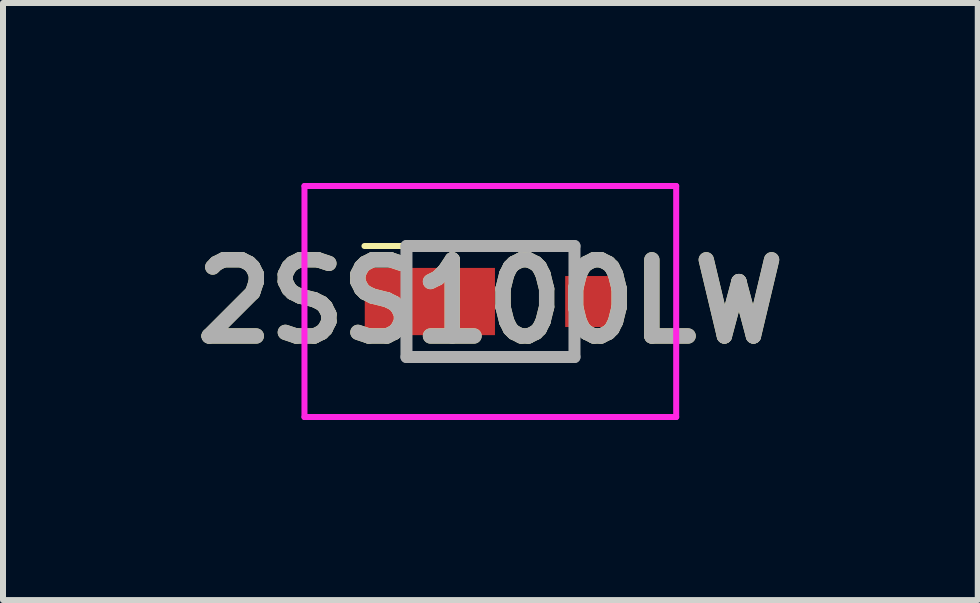
<source format=kicad_pcb>
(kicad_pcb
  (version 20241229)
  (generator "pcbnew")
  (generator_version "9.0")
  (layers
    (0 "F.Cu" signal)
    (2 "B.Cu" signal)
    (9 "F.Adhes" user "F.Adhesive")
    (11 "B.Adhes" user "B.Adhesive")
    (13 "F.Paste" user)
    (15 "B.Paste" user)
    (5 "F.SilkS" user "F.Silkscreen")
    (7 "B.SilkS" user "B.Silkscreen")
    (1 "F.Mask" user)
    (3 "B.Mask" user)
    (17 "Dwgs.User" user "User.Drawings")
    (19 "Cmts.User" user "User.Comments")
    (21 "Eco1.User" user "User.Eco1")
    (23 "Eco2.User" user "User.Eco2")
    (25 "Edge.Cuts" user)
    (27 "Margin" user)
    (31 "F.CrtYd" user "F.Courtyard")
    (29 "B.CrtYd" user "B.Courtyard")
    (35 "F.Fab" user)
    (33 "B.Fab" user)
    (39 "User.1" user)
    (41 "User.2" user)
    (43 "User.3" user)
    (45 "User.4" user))
  (footprint "2SS100LW"
    (layer "F.Cu")
    (at 5.124 1.975)
    (property "Reference" "2SS100LW" (at -0.002 0 0) (layer "F.SilkS") (effects (font (size 1.27 1.27) (thickness 0.254))))
    (attr smd)
    (fp_line (start -2.1 -0.925) (end 1.4 -0.925) (stroke (width 0.1) (type solid)) (layer "F.SilkS"))
    (fp_line (start -1.4 0.925) (end 1.4 0.925) (stroke (width 0.1) (type solid)) (layer "F.SilkS"))
    (fp_line (start -3.1 -1.925) (end 3.095 -1.925) (stroke (width 0.1) (type solid)) (layer "F.CrtYd"))
    (fp_line (start -3.1 1.925) (end -3.1 -1.925) (stroke (width 0.1) (type solid)) (layer "F.CrtYd"))
    (fp_line (start 3.095 -1.925) (end 3.095 1.925) (stroke (width 0.1) (type solid)) (layer "F.CrtYd"))
    (fp_line (start 3.095 1.925) (end -3.1 1.925) (stroke (width 0.1) (type solid)) (layer "F.CrtYd"))
    (fp_line (start -1.4 -0.925) (end 1.4 -0.925) (stroke (width 0.2) (type solid)) (layer "F.Fab"))
    (fp_line (start -1.4 0.925) (end -1.4 -0.925) (stroke (width 0.2) (type solid)) (layer "F.Fab"))
    (fp_line (start 1.4 -0.925) (end 1.4 0.925) (stroke (width 0.2) (type solid)) (layer "F.Fab"))
    (fp_line (start 1.4 0.925) (end -1.4 0.925) (stroke (width 0.2) (type solid)) (layer "F.Fab"))
    (fp_text user "${REFERENCE}" (at -0.002 0 0) (layer "F.Fab") (effects (font (size 1.27 1.27) (thickness 0.254))))
    (pad "1" smd rect (at -1.01 0 90) (size 1.12 2.17) (layers "F.Cu" "F.Mask" "F.Paste"))
    (pad "2" smd rect (at 1.67 0 90) (size 0.85 0.85) (layers "F.Cu" "F.Mask" "F.Paste")))
  (gr_rect
    (start -3 -3)
    (end 13.245 6.95)
    (stroke (width 0.1) (type default))
    (fill no)
    (layer "Edge.Cuts")))
</source>
